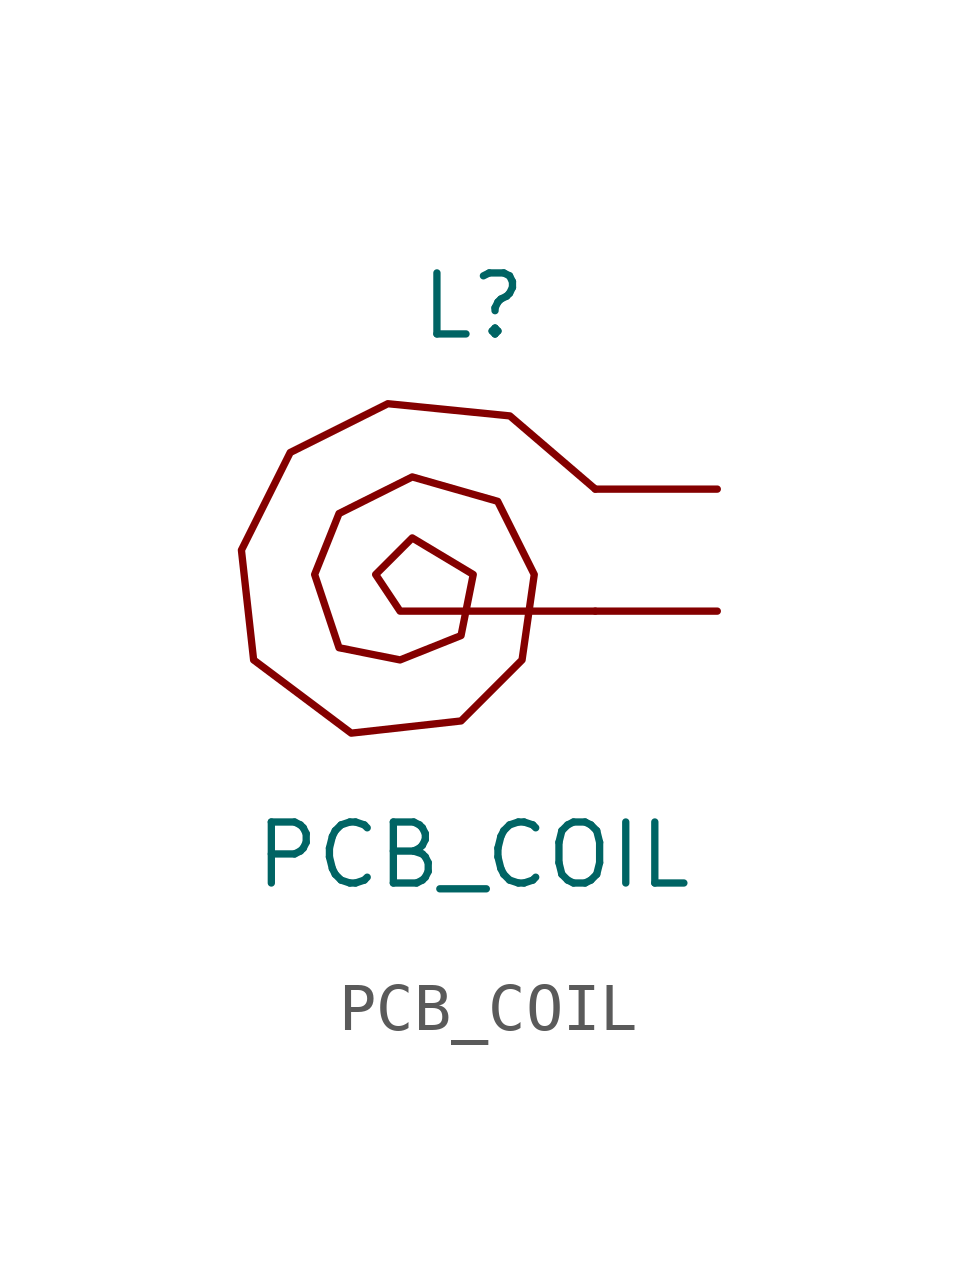
<source format=kicad_sym>
(kicad_symbol_lib
  (version 20211014)
  (generator kicad_symbol_editor)
  (symbol "PCB_COIL"
    (pin_numbers hide)
    (pin_names hide)
    (property "Reference" "L"
      (at 0 5.08 0)
      (effects (font (size 1.27 1.27))))
    (property "Value" "PCB_COIL"
      (at 0 -6.35 0)
      (effects (font (size 1.27 1.27))))
    (symbol "PCB_COIL_0_1"
      (polyline (pts (xy 2.54 1.27) (xy 0.762 2.794) (xy -1.778 3.048) (xy -3.81 2.032) (xy -4.826 0) (xy -4.572 -2.286) (xy -2.54 -3.81) (xy -0.254 -3.556) (xy 1.016 -2.286) (xy 1.27 -0.508) (xy 0.508 1.016) (xy -1.27 1.524) (xy -2.794 0.762) (xy -3.302 -0.508) (xy -2.794 -2.032) (xy -1.524 -2.286) (xy -0.254 -1.778) (xy 0 -0.508) (xy -1.27 0.254) (xy -2.032 -0.508) (xy -1.524 -1.27) (xy 2.54 -1.27)) (stroke (width 0) (type default) (color 0 0 0 0)) (fill (type none))))
    (symbol "PCB_COIL_1_1"
      (pin input line (at 5.08 1.27 180) (length 2.54) (name "" (effects (font (size 1.27 1.27)))) (number "1" (effects (font (size 1.27 1.27)))))
      (pin input line (at 5.08 -1.27 180) (length 2.54) (name "" (effects (font (size 1.27 1.27)))) (number "2" (effects (font (size 1.27 1.27))))))))
</source>
